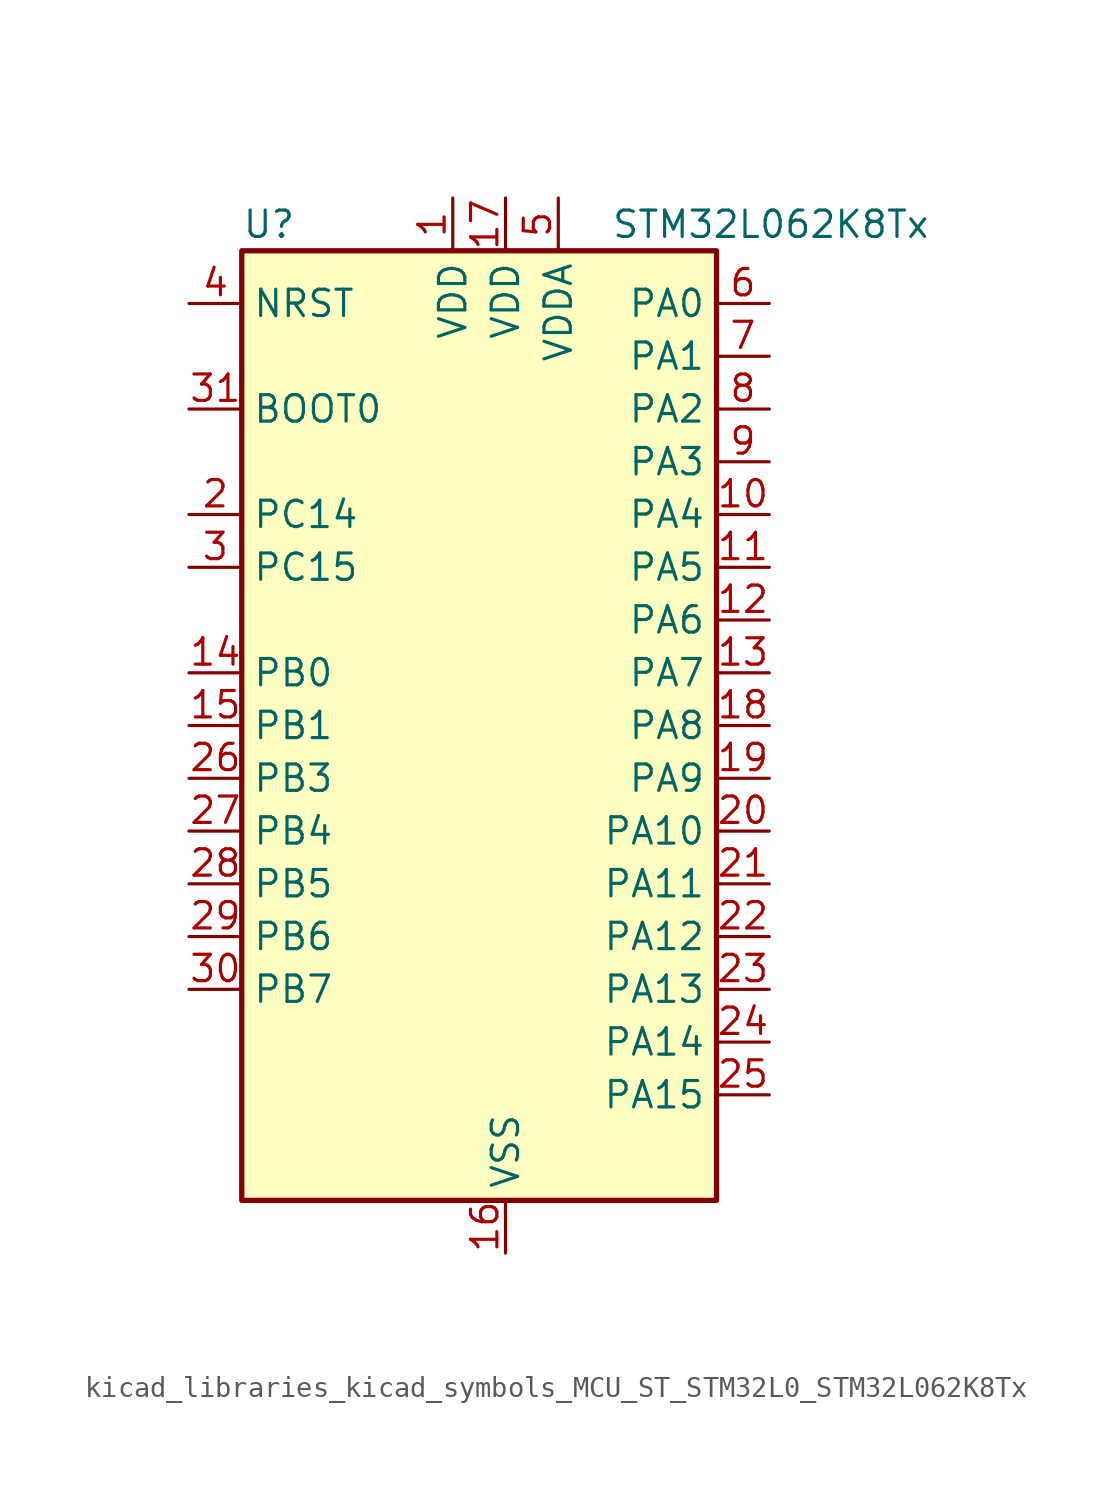
<source format=kicad_sym>
(kicad_symbol_lib
  (version 20220914)
  (generator kicad_symbol_editor)
  (symbol "kicad_libraries_kicad_symbols_MCU_ST_STM32L0_STM32L062K8Tx"
    (property "Reference" "U"
      (at -10.16 24.13 0)
      (effects (font (size 1.27 1.27)) (justify left)))
    (property "Value" "STM32L062K8Tx"
      (at 7.62 24.13 0)
      (effects (font (size 1.27 1.27)) (justify left)))
    (property "ki_locked" ""
      (at 0 0 0)
      (effects (font (size 1.27 1.27))))
    (symbol "kicad_libraries_kicad_symbols_MCU_ST_STM32L0_STM32L062K8Tx_0_1"
      (rectangle (start -10.16 -22.86) (end 12.7 22.86) (stroke (width 0.254) (type default)) (fill (type background))))
    (symbol "kicad_libraries_kicad_symbols_MCU_ST_STM32L0_STM32L062K8Tx_1_1"
      (pin power_in line (at 0 25.4 270) (length 2.54) (name "VDD" (effects (font (size 1.27 1.27)))) (number "1" (effects (font (size 1.27 1.27)))))
      (pin bidirectional line (at 15.24 10.16 180) (length 2.54) (name "PA4" (effects (font (size 1.27 1.27)))) (number "10" (effects (font (size 1.27 1.27)))) (alternate "ADC_IN4" bidirectional line) (alternate "COMP1_INM" bidirectional line) (alternate "COMP2_INM" bidirectional line) (alternate "DAC_OUT1" bidirectional line) (alternate "SPI1_NSS" bidirectional line) (alternate "TIM22_ETR" bidirectional line) (alternate "TSC_G2_IO1" bidirectional line) (alternate "USART2_CK" bidirectional line))
      (pin bidirectional line (at 15.24 7.62 180) (length 2.54) (name "PA5" (effects (font (size 1.27 1.27)))) (number "11" (effects (font (size 1.27 1.27)))) (alternate "ADC_IN5" bidirectional line) (alternate "COMP1_INM" bidirectional line) (alternate "COMP2_INM" bidirectional line) (alternate "SPI1_SCK" bidirectional line) (alternate "TIM2_CH1" bidirectional line) (alternate "TIM2_ETR" bidirectional line) (alternate "TSC_G2_IO2" bidirectional line))
      (pin bidirectional line (at 15.24 5.08 180) (length 2.54) (name "PA6" (effects (font (size 1.27 1.27)))) (number "12" (effects (font (size 1.27 1.27)))) (alternate "ADC_IN6" bidirectional line) (alternate "COMP1_OUT" bidirectional line) (alternate "SPI1_MISO" bidirectional line) (alternate "TIM22_CH1" bidirectional line) (alternate "TSC_G2_IO3" bidirectional line))
      (pin bidirectional line (at 15.24 2.54 180) (length 2.54) (name "PA7" (effects (font (size 1.27 1.27)))) (number "13" (effects (font (size 1.27 1.27)))) (alternate "ADC_IN7" bidirectional line) (alternate "COMP2_OUT" bidirectional line) (alternate "SPI1_MOSI" bidirectional line) (alternate "TIM22_CH2" bidirectional line) (alternate "TSC_G2_IO4" bidirectional line))
      (pin bidirectional line (at -12.7 2.54 0) (length 2.54) (name "PB0" (effects (font (size 1.27 1.27)))) (number "14" (effects (font (size 1.27 1.27)))) (alternate "ADC_IN8" bidirectional line) (alternate "SYS_VREF_OUT_PB0" bidirectional line) (alternate "TSC_G3_IO2" bidirectional line))
      (pin bidirectional line (at -12.7 0 0) (length 2.54) (name "PB1" (effects (font (size 1.27 1.27)))) (number "15" (effects (font (size 1.27 1.27)))) (alternate "ADC_IN9" bidirectional line) (alternate "SYS_VREF_OUT_PB1" bidirectional line) (alternate "TSC_G3_IO3" bidirectional line))
      (pin power_in line (at 2.54 -25.4 90) (length 2.54) (name "VSS" (effects (font (size 1.27 1.27)))) (number "16" (effects (font (size 1.27 1.27)))))
      (pin power_in line (at 2.54 25.4 270) (length 2.54) (name "VDD" (effects (font (size 1.27 1.27)))) (number "17" (effects (font (size 1.27 1.27)))))
      (pin bidirectional line (at 15.24 0 180) (length 2.54) (name "PA8" (effects (font (size 1.27 1.27)))) (number "18" (effects (font (size 1.27 1.27)))) (alternate "CRS_SYNC" bidirectional line) (alternate "RCC_MCO" bidirectional line) (alternate "USART1_CK" bidirectional line))
      (pin bidirectional line (at 15.24 -2.54 180) (length 2.54) (name "PA9" (effects (font (size 1.27 1.27)))) (number "19" (effects (font (size 1.27 1.27)))) (alternate "DAC_EXTI9" bidirectional line) (alternate "RCC_MCO" bidirectional line) (alternate "TSC_G4_IO1" bidirectional line) (alternate "USART1_TX" bidirectional line))
      (pin bidirectional line (at -12.7 10.16 0) (length 2.54) (name "PC14" (effects (font (size 1.27 1.27)))) (number "2" (effects (font (size 1.27 1.27)))) (alternate "RCC_OSC32_IN" bidirectional line))
      (pin bidirectional line (at 15.24 -5.08 180) (length 2.54) (name "PA10" (effects (font (size 1.27 1.27)))) (number "20" (effects (font (size 1.27 1.27)))) (alternate "TSC_G4_IO2" bidirectional line) (alternate "USART1_RX" bidirectional line))
      (pin bidirectional line (at 15.24 -7.62 180) (length 2.54) (name "PA11" (effects (font (size 1.27 1.27)))) (number "21" (effects (font (size 1.27 1.27)))) (alternate "ADC_EXTI11" bidirectional line) (alternate "COMP1_OUT" bidirectional line) (alternate "SPI1_MISO" bidirectional line) (alternate "TSC_G4_IO3" bidirectional line) (alternate "USART1_CTS" bidirectional line) (alternate "USB_DM" bidirectional line))
      (pin bidirectional line (at 15.24 -10.16 180) (length 2.54) (name "PA12" (effects (font (size 1.27 1.27)))) (number "22" (effects (font (size 1.27 1.27)))) (alternate "COMP2_OUT" bidirectional line) (alternate "SPI1_MOSI" bidirectional line) (alternate "TSC_G4_IO4" bidirectional line) (alternate "USART1_DE" bidirectional line) (alternate "USART1_RTS" bidirectional line) (alternate "USB_DP" bidirectional line))
      (pin bidirectional line (at 15.24 -12.7 180) (length 2.54) (name "PA13" (effects (font (size 1.27 1.27)))) (number "23" (effects (font (size 1.27 1.27)))) (alternate "SYS_SWDIO" bidirectional line) (alternate "USB_NOE" bidirectional line))
      (pin bidirectional line (at 15.24 -15.24 180) (length 2.54) (name "PA14" (effects (font (size 1.27 1.27)))) (number "24" (effects (font (size 1.27 1.27)))) (alternate "SYS_SWCLK" bidirectional line) (alternate "USART2_TX" bidirectional line))
      (pin bidirectional line (at 15.24 -17.78 180) (length 2.54) (name "PA15" (effects (font (size 1.27 1.27)))) (number "25" (effects (font (size 1.27 1.27)))) (alternate "SPI1_NSS" bidirectional line) (alternate "TIM2_CH1" bidirectional line) (alternate "TIM2_ETR" bidirectional line) (alternate "USART2_RX" bidirectional line))
      (pin bidirectional line (at -12.7 -2.54 0) (length 2.54) (name "PB3" (effects (font (size 1.27 1.27)))) (number "26" (effects (font (size 1.27 1.27)))) (alternate "COMP2_INM" bidirectional line) (alternate "SPI1_SCK" bidirectional line) (alternate "TIM2_CH2" bidirectional line) (alternate "TSC_G5_IO1" bidirectional line))
      (pin bidirectional line (at -12.7 -5.08 0) (length 2.54) (name "PB4" (effects (font (size 1.27 1.27)))) (number "27" (effects (font (size 1.27 1.27)))) (alternate "COMP2_INP" bidirectional line) (alternate "SPI1_MISO" bidirectional line) (alternate "TIM22_CH1" bidirectional line) (alternate "TSC_G5_IO2" bidirectional line))
      (pin bidirectional line (at -12.7 -7.62 0) (length 2.54) (name "PB5" (effects (font (size 1.27 1.27)))) (number "28" (effects (font (size 1.27 1.27)))) (alternate "COMP2_INP" bidirectional line) (alternate "I2C1_SMBA" bidirectional line) (alternate "LPTIM1_IN1" bidirectional line) (alternate "SPI1_MOSI" bidirectional line) (alternate "TIM22_CH2" bidirectional line))
      (pin bidirectional line (at -12.7 -10.16 0) (length 2.54) (name "PB6" (effects (font (size 1.27 1.27)))) (number "29" (effects (font (size 1.27 1.27)))) (alternate "COMP2_INP" bidirectional line) (alternate "I2C1_SCL" bidirectional line) (alternate "LPTIM1_ETR" bidirectional line) (alternate "TSC_G5_IO3" bidirectional line) (alternate "USART1_TX" bidirectional line))
      (pin bidirectional line (at -12.7 7.62 0) (length 2.54) (name "PC15" (effects (font (size 1.27 1.27)))) (number "3" (effects (font (size 1.27 1.27)))) (alternate "RCC_OSC32_OUT" bidirectional line))
      (pin bidirectional line (at -12.7 -12.7 0) (length 2.54) (name "PB7" (effects (font (size 1.27 1.27)))) (number "30" (effects (font (size 1.27 1.27)))) (alternate "COMP2_INP" bidirectional line) (alternate "I2C1_SDA" bidirectional line) (alternate "LPTIM1_IN2" bidirectional line) (alternate "SYS_PVD_IN" bidirectional line) (alternate "TSC_G5_IO4" bidirectional line) (alternate "USART1_RX" bidirectional line))
      (pin input line (at -12.7 15.24 0) (length 2.54) (name "BOOT0" (effects (font (size 1.27 1.27)))) (number "31" (effects (font (size 1.27 1.27)))))
      (pin passive line (at 2.54 -25.4 90) (length 2.54) hide (name "VSS" (effects (font (size 1.27 1.27)))) (number "32" (effects (font (size 1.27 1.27)))))
      (pin input line (at -12.7 20.32 0) (length 2.54) (name "NRST" (effects (font (size 1.27 1.27)))) (number "4" (effects (font (size 1.27 1.27)))))
      (pin power_in line (at 5.08 25.4 270) (length 2.54) (name "VDDA" (effects (font (size 1.27 1.27)))) (number "5" (effects (font (size 1.27 1.27)))))
      (pin bidirectional line (at 15.24 20.32 180) (length 2.54) (name "PA0" (effects (font (size 1.27 1.27)))) (number "6" (effects (font (size 1.27 1.27)))) (alternate "ADC_IN0" bidirectional line) (alternate "COMP1_INM" bidirectional line) (alternate "COMP1_OUT" bidirectional line) (alternate "RTC_TAMP2" bidirectional line) (alternate "SYS_WKUP1" bidirectional line) (alternate "TIM2_CH1" bidirectional line) (alternate "TIM2_ETR" bidirectional line) (alternate "TSC_G1_IO1" bidirectional line) (alternate "USART2_CTS" bidirectional line))
      (pin bidirectional line (at 15.24 17.78 180) (length 2.54) (name "PA1" (effects (font (size 1.27 1.27)))) (number "7" (effects (font (size 1.27 1.27)))) (alternate "ADC_IN1" bidirectional line) (alternate "COMP1_INP" bidirectional line) (alternate "TIM21_ETR" bidirectional line) (alternate "TIM2_CH2" bidirectional line) (alternate "TSC_G1_IO2" bidirectional line) (alternate "USART2_DE" bidirectional line) (alternate "USART2_RTS" bidirectional line))
      (pin bidirectional line (at 15.24 15.24 180) (length 2.54) (name "PA2" (effects (font (size 1.27 1.27)))) (number "8" (effects (font (size 1.27 1.27)))) (alternate "ADC_IN2" bidirectional line) (alternate "COMP2_INM" bidirectional line) (alternate "COMP2_OUT" bidirectional line) (alternate "TIM21_CH1" bidirectional line) (alternate "TIM2_CH3" bidirectional line) (alternate "TSC_G1_IO3" bidirectional line) (alternate "USART2_TX" bidirectional line))
      (pin bidirectional line (at 15.24 12.7 180) (length 2.54) (name "PA3" (effects (font (size 1.27 1.27)))) (number "9" (effects (font (size 1.27 1.27)))) (alternate "ADC_IN3" bidirectional line) (alternate "COMP2_INP" bidirectional line) (alternate "TIM21_CH2" bidirectional line) (alternate "TIM2_CH4" bidirectional line) (alternate "TSC_G1_IO4" bidirectional line) (alternate "USART2_RX" bidirectional line)))))
</source>
